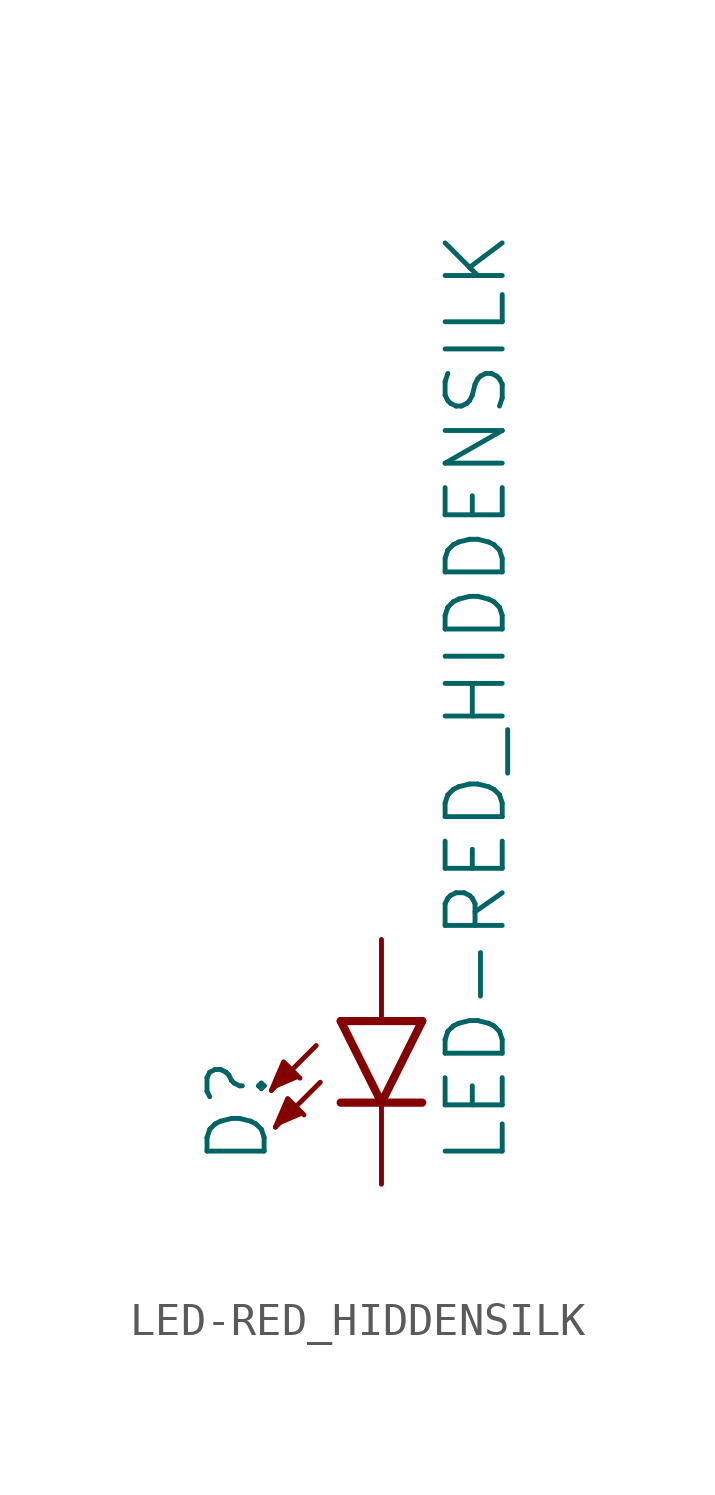
<source format=kicad_sym>
(kicad_symbol_lib
  (version 20211014)
  (generator kicad_symbol_editor)
  (symbol "LED-RED_HIDDENSILK"
    (property "Reference" "D"
      (at -3.429 -4.572 90)
      (effects (font (size 1.778 1.778)) (justify left bottom)))
    (property "Value" "LED-RED_HIDDENSILK"
      (at 1.905 -4.572 90)
      (effects (font (size 1.778 1.778)) (justify left top)))
    (property "ki_locked" ""
      (at 0 0 0)
      (effects (font (size 1.27 1.27))))
    (symbol "LED-RED_HIDDENSILK_1_0"
      (polyline (pts (xy -2.032 -0.762) (xy -3.429 -2.159)) (stroke (width 0.152) (type default) (color 0 0 0 0)) (fill (type none)))
      (polyline (pts (xy -1.905 -1.905) (xy -3.302 -3.302)) (stroke (width 0.152) (type default) (color 0 0 0 0)) (fill (type none)))
      (polyline (pts (xy 0 -2.54) (xy -1.27 -2.54)) (stroke (width 0.254) (type default) (color 0 0 0 0)) (fill (type none)))
      (polyline (pts (xy 0 -2.54) (xy -1.27 0)) (stroke (width 0.254) (type default) (color 0 0 0 0)) (fill (type none)))
      (polyline (pts (xy 1.27 -2.54) (xy 0 -2.54)) (stroke (width 0.254) (type default) (color 0 0 0 0)) (fill (type none)))
      (polyline (pts (xy 1.27 0) (xy -1.27 0)) (stroke (width 0.254) (type default) (color 0 0 0 0)) (fill (type none)))
      (polyline (pts (xy 1.27 0) (xy 0 -2.54)) (stroke (width 0.254) (type default) (color 0 0 0 0)) (fill (type none)))
      (polyline (pts (xy -3.429 -2.159) (xy -3.048 -1.27) (xy -2.54 -1.778)) (stroke (width 0) (type default) (color 0 0 0 0)) (fill (type outline)))
      (polyline (pts (xy -3.302 -3.302) (xy -2.921 -2.413) (xy -2.413 -2.921)) (stroke (width 0) (type default) (color 0 0 0 0)) (fill (type outline)))
      (pin passive line (at 0 2.54 270) (length 2.54) (name "A" (effects (font (size 0 0)))) (number "A" (effects (font (size 0 0)))))
      (pin passive line (at 0 -5.08 90) (length 2.54) (name "C" (effects (font (size 0 0)))) (number "C" (effects (font (size 0 0))))))))
</source>
